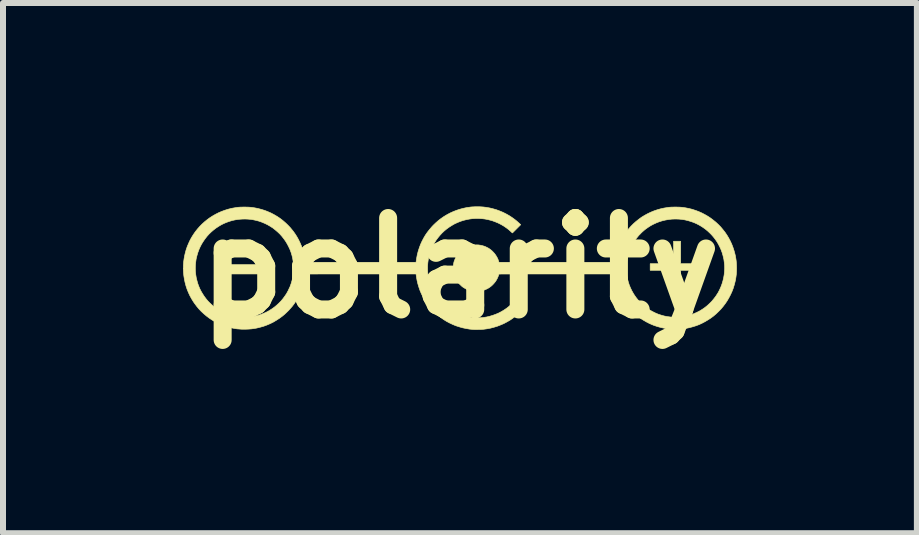
<source format=kicad_pcb>
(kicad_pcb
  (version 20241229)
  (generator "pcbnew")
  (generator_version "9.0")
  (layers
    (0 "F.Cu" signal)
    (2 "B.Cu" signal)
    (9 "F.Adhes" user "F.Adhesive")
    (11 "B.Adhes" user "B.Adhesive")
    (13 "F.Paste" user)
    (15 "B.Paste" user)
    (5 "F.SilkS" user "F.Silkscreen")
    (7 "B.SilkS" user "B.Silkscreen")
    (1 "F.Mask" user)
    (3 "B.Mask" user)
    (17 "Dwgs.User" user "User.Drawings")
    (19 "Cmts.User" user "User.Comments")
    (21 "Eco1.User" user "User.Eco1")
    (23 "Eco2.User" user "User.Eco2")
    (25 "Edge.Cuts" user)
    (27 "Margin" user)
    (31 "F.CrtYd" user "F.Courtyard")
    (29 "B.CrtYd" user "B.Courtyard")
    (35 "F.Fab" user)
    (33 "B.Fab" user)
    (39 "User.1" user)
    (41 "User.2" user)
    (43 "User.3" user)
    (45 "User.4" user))
  (footprint "polarity"
    (layer "F.Cu")
    (at 4.616 1.418)
    (property "Reference" "polarity" (at 0 0 0) (layer "F.SilkS") (effects (font (size 1.524 1.524) (thickness 0.3))))
    (attr through_hole)
    (fp_poly (pts (xy -3.331 0.098) (xy -3.869 0.098) (xy -3.869 -0.058) (xy -3.331 -0.058) (xy -3.331 0.098)) (stroke (width 0.01) (type solid)) (fill yes) (layer "F.SilkS"))
    (fp_poly (pts (xy 3.678 -0.073) (xy 4.067 -0.073) (xy 4.067 0.037) (xy 3.678 0.037) (xy 3.678 0.411) (xy 3.559 0.411) (xy 3.559 0.037) (xy 3.17 0.037) (xy 3.17 -0.073) (xy 3.559 -0.073) (xy 3.559 -0.447) (xy 3.678 -0.447) (xy 3.678 -0.073)) (stroke (width 0.01) (type solid)) (fill yes) (layer "F.SilkS"))
    (fp_poly (pts (xy 3.615 -1.017) (xy 3.636 -1.016) (xy 3.654 -1.016) (xy 3.671 -1.015) (xy 3.687 -1.014) (xy 3.703 -1.012) (xy 3.718 -1.011) (xy 3.735 -1.008) (xy 3.753 -1.005) (xy 3.756 -1.005) (xy 3.813 -0.994) (xy 3.869 -0.98) (xy 3.924 -0.962) (xy 3.978 -0.942) (xy 4.03 -0.919) (xy 4.08 -0.893) (xy 4.129 -0.865) (xy 4.176 -0.834) (xy 4.221 -0.8) (xy 4.265 -0.764) (xy 4.306 -0.726) (xy 4.345 -0.686) (xy 4.381 -0.643) (xy 4.416 -0.599) (xy 4.448 -0.552) (xy 4.477 -0.504) (xy 4.504 -0.453) (xy 4.528 -0.402) (xy 4.549 -0.348) (xy 4.567 -0.293) (xy 4.58 -0.246) (xy 4.59 -0.205) (xy 4.597 -0.165) (xy 4.603 -0.125) (xy 4.607 -0.084) (xy 4.609 -0.042) (xy 4.61 0.001) (xy 4.609 0.051) (xy 4.606 0.1) (xy 4.6 0.147) (xy 4.593 0.193) (xy 4.582 0.24) (xy 4.57 0.285) (xy 4.553 0.34) (xy 4.532 0.394) (xy 4.508 0.446) (xy 4.481 0.497) (xy 4.452 0.547) (xy 4.42 0.594) (xy 4.385 0.64) (xy 4.348 0.684) (xy 4.308 0.725) (xy 4.266 0.765) (xy 4.222 0.802) (xy 4.176 0.836) (xy 4.139 0.86) (xy 4.089 0.89) (xy 4.038 0.917) (xy 3.987 0.941) (xy 3.934 0.961) (xy 3.879 0.978) (xy 3.824 0.993) (xy 3.766 1.005) (xy 3.707 1.013) (xy 3.691 1.015) (xy 3.683 1.016) (xy 3.673 1.016) (xy 3.661 1.017) (xy 3.647 1.017) (xy 3.632 1.018) (xy 3.616 1.018) (xy 3.6 1.019) (xy 3.584 1.019) (xy 3.569 1.019) (xy 3.555 1.019) (xy 3.544 1.019) (xy 3.535 1.019) (xy 3.53 1.018) (xy 3.476 1.013) (xy 3.424 1.006) (xy 3.374 0.996) (xy 3.325 0.984) (xy 3.277 0.97) (xy 3.23 0.954) (xy 3.215 0.948) (xy 3.161 0.925) (xy 3.11 0.899) (xy 3.06 0.87) (xy 3.011 0.839) (xy 2.965 0.804) (xy 2.921 0.768) (xy 2.878 0.729) (xy 2.838 0.687) (xy 2.801 0.643) (xy 2.766 0.598) (xy 2.733 0.55) (xy 2.703 0.5) (xy 2.683 0.462) (xy 2.66 0.414) (xy 2.64 0.365) (xy 2.622 0.317) (xy 2.608 0.267) (xy 2.595 0.216) (xy 2.586 0.163) (xy 2.579 0.115) (xy 2.577 0.098) (xy 1.613 0.098) (xy 1.543 0.098) (xy 1.476 0.098) (xy 1.411 0.098) (xy 1.351 0.098) (xy 1.293 0.098) (xy 1.238 0.098) (xy 1.186 0.098) (xy 1.137 0.098) (xy 1.091 0.098) (xy 1.048 0.098) (xy 1.007 0.098) (xy 0.969 0.098) (xy 0.934 0.098) (xy 0.901 0.099) (xy 0.87 0.099) (xy 0.842 0.099) (xy 0.816 0.099) (xy 0.792 0.099) (xy 0.771 0.099) (xy 0.751 0.099) (xy 0.733 0.099) (xy 0.718 0.099) (xy 0.704 0.099) (xy 0.691 0.099) (xy 0.681 0.099) (xy 0.672 0.1) (xy 0.665 0.1) (xy 0.659 0.1) (xy 0.655 0.1) (xy 0.652 0.1) (xy 0.65 0.1) (xy 0.65 0.1) (xy 0.638 0.135) (xy 0.624 0.168) (xy 0.608 0.198) (xy 0.59 0.226) (xy 0.568 0.253) (xy 0.548 0.275) (xy 0.527 0.295) (xy 0.506 0.312) (xy 0.483 0.328) (xy 0.459 0.342) (xy 0.447 0.348) (xy 0.415 0.362) (xy 0.382 0.374) (xy 0.347 0.382) (xy 0.313 0.387) (xy 0.278 0.389) (xy 0.243 0.387) (xy 0.208 0.383) (xy 0.174 0.376) (xy 0.141 0.365) (xy 0.108 0.351) (xy 0.103 0.349) (xy 0.078 0.335) (xy 0.056 0.322) (xy 0.035 0.307) (xy 0.016 0.289) (xy 0.001 0.275) (xy -0.019 0.255) (xy -0.035 0.235) (xy -0.05 0.214) (xy -0.064 0.192) (xy -0.069 0.181) (xy -0.085 0.148) (xy -0.097 0.115) (xy -0.105 0.081) (xy -0.111 0.046) (xy -0.113 0.01) (xy -0.113 -0.004) (xy 2.773 -0.004) (xy 2.773 0.016) (xy 2.774 0.036) (xy 2.774 0.055) (xy 2.775 0.072) (xy 2.776 0.078) (xy 2.783 0.131) (xy 2.793 0.183) (xy 2.806 0.233) (xy 2.822 0.283) (xy 2.842 0.331) (xy 2.864 0.377) (xy 2.89 0.423) (xy 2.907 0.45) (xy 2.937 0.493) (xy 2.97 0.534) (xy 3.005 0.572) (xy 3.042 0.608) (xy 3.081 0.641) (xy 3.122 0.672) (xy 3.165 0.7) (xy 3.21 0.725) (xy 3.256 0.748) (xy 3.303 0.768) (xy 3.352 0.784) (xy 3.402 0.798) (xy 3.453 0.808) (xy 3.505 0.815) (xy 3.529 0.818) (xy 3.539 0.818) (xy 3.552 0.819) (xy 3.567 0.819) (xy 3.583 0.819) (xy 3.599 0.819) (xy 3.615 0.819) (xy 3.63 0.819) (xy 3.643 0.818) (xy 3.651 0.818) (xy 3.703 0.812) (xy 3.755 0.803) (xy 3.805 0.792) (xy 3.855 0.777) (xy 3.903 0.758) (xy 3.95 0.737) (xy 3.995 0.714) (xy 4.039 0.687) (xy 4.081 0.658) (xy 4.121 0.626) (xy 4.159 0.591) (xy 4.196 0.554) (xy 4.229 0.514) (xy 4.261 0.473) (xy 4.276 0.45) (xy 4.304 0.406) (xy 4.328 0.359) (xy 4.349 0.312) (xy 4.367 0.264) (xy 4.382 0.214) (xy 4.394 0.164) (xy 4.403 0.113) (xy 4.408 0.062) (xy 4.411 0.01) (xy 4.41 -0.042) (xy 4.405 -0.094) (xy 4.398 -0.146) (xy 4.395 -0.159) (xy 4.383 -0.21) (xy 4.368 -0.261) (xy 4.35 -0.309) (xy 4.328 -0.357) (xy 4.304 -0.403) (xy 4.277 -0.448) (xy 4.247 -0.49) (xy 4.221 -0.523) (xy 4.192 -0.556) (xy 4.16 -0.588) (xy 4.128 -0.618) (xy 4.094 -0.646) (xy 4.078 -0.658) (xy 4.035 -0.688) (xy 3.99 -0.715) (xy 3.944 -0.739) (xy 3.896 -0.76) (xy 3.847 -0.777) (xy 3.797 -0.792) (xy 3.746 -0.804) (xy 3.693 -0.812) (xy 3.652 -0.816) (xy 3.64 -0.817) (xy 3.625 -0.817) (xy 3.609 -0.818) (xy 3.592 -0.818) (xy 3.575 -0.818) (xy 3.558 -0.817) (xy 3.544 -0.817) (xy 3.532 -0.816) (xy 3.531 -0.816) (xy 3.478 -0.81) (xy 3.426 -0.801) (xy 3.375 -0.789) (xy 3.325 -0.774) (xy 3.276 -0.755) (xy 3.228 -0.733) (xy 3.182 -0.709) (xy 3.138 -0.681) (xy 3.094 -0.65) (xy 3.068 -0.629) (xy 3.057 -0.619) (xy 3.044 -0.608) (xy 3.03 -0.595) (xy 3.016 -0.581) (xy 3.003 -0.567) (xy 2.989 -0.554) (xy 2.978 -0.541) (xy 2.968 -0.53) (xy 2.966 -0.527) (xy 2.932 -0.485) (xy 2.902 -0.441) (xy 2.875 -0.397) (xy 2.851 -0.35) (xy 2.831 -0.303) (xy 2.813 -0.255) (xy 2.799 -0.204) (xy 2.787 -0.153) (xy 2.779 -0.1) (xy 2.776 -0.077) (xy 2.775 -0.062) (xy 2.774 -0.044) (xy 2.773 -0.025) (xy 2.773 -0.004) (xy -0.113 -0.004) (xy -0.113 -0.012) (xy -0.111 -0.044) (xy -0.106 -0.074) (xy -0.1 -0.103) (xy -0.09 -0.131) (xy -0.078 -0.16) (xy -0.074 -0.17) (xy -0.061 -0.195) (xy -0.047 -0.217) (xy -0.031 -0.239) (xy -0.013 -0.259) (xy -0.001 -0.272) (xy 0.019 -0.291) (xy 0.038 -0.307) (xy 0.058 -0.321) (xy 0.08 -0.335) (xy 0.103 -0.347) (xy 0.135 -0.361) (xy 0.168 -0.372) (xy 0.202 -0.38) (xy 0.237 -0.385) (xy 0.272 -0.387) (xy 0.307 -0.386) (xy 0.342 -0.381) (xy 0.377 -0.373) (xy 0.41 -0.363) (xy 0.413 -0.362) (xy 0.445 -0.347) (xy 0.476 -0.331) (xy 0.505 -0.311) (xy 0.532 -0.289) (xy 0.557 -0.264) (xy 0.58 -0.238) (xy 0.6 -0.209) (xy 0.618 -0.179) (xy 0.633 -0.148) (xy 0.644 -0.115) (xy 0.645 -0.113) (xy 0.65 -0.097) (xy 2.577 -0.097) (xy 2.579 -0.113) (xy 2.588 -0.173) (xy 2.599 -0.231) (xy 2.614 -0.287) (xy 2.632 -0.342) (xy 2.653 -0.396) (xy 2.677 -0.448) (xy 2.703 -0.499) (xy 2.733 -0.549) (xy 2.741 -0.56) (xy 2.775 -0.608) (xy 2.811 -0.654) (xy 2.85 -0.698) (xy 2.891 -0.739) (xy 2.934 -0.777) (xy 2.979 -0.813) (xy 3.025 -0.847) (xy 3.074 -0.877) (xy 3.125 -0.905) (xy 3.177 -0.93) (xy 3.23 -0.952) (xy 3.285 -0.971) (xy 3.341 -0.987) (xy 3.399 -1) (xy 3.424 -1.004) (xy 3.443 -1.007) (xy 3.46 -1.01) (xy 3.476 -1.012) (xy 3.492 -1.014) (xy 3.508 -1.015) (xy 3.524 -1.016) (xy 3.543 -1.016) (xy 3.563 -1.017) (xy 3.586 -1.017) (xy 3.592 -1.017) (xy 3.615 -1.017)) (stroke (width 0.01) (type solid)) (fill yes) (layer "F.SilkS"))
    (fp_poly (pts (xy 0.31 -1.022) (xy 0.329 -1.022) (xy 0.347 -1.021) (xy 0.363 -1.02) (xy 0.378 -1.019) (xy 0.393 -1.018) (xy 0.408 -1.016) (xy 0.425 -1.014) (xy 0.439 -1.012) (xy 0.496 -1.002) (xy 0.553 -0.988) (xy 0.608 -0.972) (xy 0.662 -0.952) (xy 0.715 -0.93) (xy 0.767 -0.904) (xy 0.817 -0.876) (xy 0.865 -0.845) (xy 0.912 -0.811) (xy 0.933 -0.794) (xy 0.942 -0.787) (xy 0.952 -0.778) (xy 0.963 -0.769) (xy 0.973 -0.759) (xy 0.984 -0.75) (xy 0.992 -0.742) (xy 1 -0.735) (xy 1.003 -0.732) (xy 1.012 -0.723) (xy 0.874 -0.585) (xy 0.852 -0.605) (xy 0.812 -0.641) (xy 0.77 -0.673) (xy 0.727 -0.702) (xy 0.682 -0.728) (xy 0.636 -0.751) (xy 0.588 -0.771) (xy 0.539 -0.789) (xy 0.518 -0.795) (xy 0.467 -0.808) (xy 0.416 -0.818) (xy 0.364 -0.824) (xy 0.312 -0.827) (xy 0.26 -0.827) (xy 0.208 -0.824) (xy 0.156 -0.817) (xy 0.105 -0.807) (xy 0.054 -0.794) (xy 0.005 -0.778) (xy -0.042 -0.759) (xy -0.09 -0.737) (xy -0.135 -0.711) (xy -0.179 -0.683) (xy -0.221 -0.653) (xy -0.261 -0.62) (xy -0.299 -0.584) (xy -0.334 -0.546) (xy -0.367 -0.506) (xy -0.398 -0.464) (xy -0.425 -0.421) (xy -0.451 -0.375) (xy -0.473 -0.328) (xy -0.489 -0.289) (xy -0.505 -0.239) (xy -0.519 -0.189) (xy -0.529 -0.138) (xy -0.536 -0.086) (xy -0.54 -0.034) (xy -0.54 0.018) (xy -0.538 0.07) (xy -0.532 0.122) (xy -0.527 0.149) (xy -0.516 0.2) (xy -0.502 0.25) (xy -0.485 0.299) (xy -0.465 0.347) (xy -0.442 0.393) (xy -0.416 0.437) (xy -0.388 0.48) (xy -0.357 0.521) (xy -0.324 0.56) (xy -0.288 0.596) (xy -0.25 0.631) (xy -0.21 0.663) (xy -0.168 0.693) (xy -0.123 0.72) (xy -0.077 0.745) (xy -0.042 0.761) (xy 0.006 0.78) (xy 0.056 0.796) (xy 0.106 0.809) (xy 0.158 0.819) (xy 0.209 0.825) (xy 0.262 0.829) (xy 0.314 0.829) (xy 0.366 0.826) (xy 0.391 0.823) (xy 0.444 0.815) (xy 0.495 0.803) (xy 0.545 0.788) (xy 0.595 0.77) (xy 0.643 0.75) (xy 0.689 0.726) (xy 0.734 0.699) (xy 0.778 0.669) (xy 0.796 0.655) (xy 0.806 0.647) (xy 0.816 0.639) (xy 0.825 0.631) (xy 0.835 0.623) (xy 0.846 0.613) (xy 0.855 0.605) (xy 0.874 0.587) (xy 1.012 0.725) (xy 1.003 0.733) (xy 0.999 0.737) (xy 0.993 0.743) (xy 0.986 0.75) (xy 0.978 0.757) (xy 0.973 0.762) (xy 0.927 0.8) (xy 0.88 0.836) (xy 0.832 0.869) (xy 0.781 0.898) (xy 0.73 0.925) (xy 0.676 0.948) (xy 0.622 0.969) (xy 0.566 0.986) (xy 0.509 1.001) (xy 0.451 1.012) (xy 0.391 1.02) (xy 0.384 1.02) (xy 0.374 1.021) (xy 0.361 1.022) (xy 0.346 1.023) (xy 0.329 1.023) (xy 0.311 1.023) (xy 0.294 1.024) (xy 0.276 1.024) (xy 0.259 1.024) (xy 0.244 1.024) (xy 0.231 1.023) (xy 0.22 1.023) (xy 0.219 1.023) (xy 0.159 1.017) (xy 0.101 1.007) (xy 0.043 0.995) (xy -0.013 0.979) (xy -0.069 0.961) (xy -0.122 0.939) (xy -0.175 0.914) (xy -0.226 0.887) (xy -0.275 0.856) (xy -0.322 0.823) (xy -0.368 0.787) (xy -0.412 0.748) (xy -0.443 0.718) (xy -0.483 0.674) (xy -0.521 0.629) (xy -0.556 0.582) (xy -0.587 0.533) (xy -0.616 0.482) (xy -0.642 0.43) (xy -0.665 0.377) (xy -0.684 0.322) (xy -0.701 0.266) (xy -0.715 0.208) (xy -0.725 0.149) (xy -0.731 0.108) (xy -0.732 0.098) (xy -1.655 0.098) (xy -1.722 0.098) (xy -1.786 0.098) (xy -1.847 0.098) (xy -1.905 0.098) (xy -1.959 0.098) (xy -2.011 0.098) (xy -2.06 0.098) (xy -2.106 0.098) (xy -2.149 0.098) (xy -2.19 0.098) (xy -2.228 0.098) (xy -2.263 0.098) (xy -2.296 0.098) (xy -2.327 0.098) (xy -2.355 0.098) (xy -2.382 0.099) (xy -2.406 0.099) (xy -2.428 0.099) (xy -2.448 0.099) (xy -2.467 0.099) (xy -2.484 0.099) (xy -2.499 0.099) (xy -2.512 0.099) (xy -2.524 0.099) (xy -2.534 0.099) (xy -2.543 0.099) (xy -2.551 0.099) (xy -2.558 0.1) (xy -2.563 0.1) (xy -2.568 0.1) (xy -2.571 0.1) (xy -2.574 0.1) (xy -2.576 0.1) (xy -2.577 0.1) (xy -2.577 0.101) (xy -2.577 0.101) (xy -2.578 0.104) (xy -2.578 0.11) (xy -2.579 0.118) (xy -2.581 0.128) (xy -2.582 0.139) (xy -2.584 0.151) (xy -2.586 0.162) (xy -2.587 0.173) (xy -2.589 0.182) (xy -2.59 0.189) (xy -2.601 0.24) (xy -2.615 0.292) (xy -2.632 0.343) (xy -2.652 0.394) (xy -2.674 0.444) (xy -2.699 0.492) (xy -2.726 0.539) (xy -2.756 0.584) (xy -2.764 0.596) (xy -2.792 0.633) (xy -2.823 0.669) (xy -2.855 0.705) (xy -2.889 0.738) (xy -2.923 0.77) (xy -2.958 0.799) (xy -2.962 0.802) (xy -3.009 0.837) (xy -3.059 0.869) (xy -3.109 0.899) (xy -3.161 0.925) (xy -3.215 0.948) (xy -3.269 0.968) (xy -3.324 0.984) (xy -3.381 0.998) (xy -3.39 1) (xy -3.418 1.005) (xy -3.445 1.009) (xy -3.471 1.013) (xy -3.497 1.015) (xy -3.524 1.017) (xy -3.553 1.018) (xy -3.573 1.019) (xy -3.605 1.019) (xy -3.634 1.019) (xy -3.661 1.017) (xy -3.688 1.015) (xy -3.715 1.013) (xy -3.742 1.009) (xy -3.756 1.007) (xy -3.813 0.995) (xy -3.87 0.981) (xy -3.925 0.964) (xy -3.979 0.943) (xy -4.032 0.92) (xy -4.083 0.894) (xy -4.132 0.865) (xy -4.18 0.833) (xy -4.226 0.798) (xy -4.27 0.761) (xy -4.312 0.722) (xy -4.352 0.68) (xy -4.389 0.635) (xy -4.424 0.588) (xy -4.444 0.559) (xy -4.474 0.51) (xy -4.502 0.459) (xy -4.526 0.407) (xy -4.548 0.353) (xy -4.566 0.299) (xy -4.581 0.243) (xy -4.593 0.187) (xy -4.602 0.13) (xy -4.608 0.073) (xy -4.611 0.015) (xy -4.61 0.002) (xy -4.411 0.002) (xy -4.409 0.054) (xy -4.404 0.105) (xy -4.396 0.157) (xy -4.384 0.207) (xy -4.37 0.257) (xy -4.356 0.296) (xy -4.337 0.342) (xy -4.314 0.387) (xy -4.288 0.431) (xy -4.26 0.474) (xy -4.229 0.515) (xy -4.214 0.533) (xy -4.205 0.544) (xy -4.194 0.556) (xy -4.181 0.569) (xy -4.168 0.582) (xy -4.154 0.595) (xy -4.141 0.608) (xy -4.128 0.619) (xy -4.117 0.629) (xy -4.115 0.631) (xy -4.073 0.663) (xy -4.03 0.693) (xy -3.985 0.719) (xy -3.939 0.743) (xy -3.891 0.763) (xy -3.842 0.781) (xy -3.792 0.795) (xy -3.741 0.806) (xy -3.69 0.814) (xy -3.654 0.818) (xy -3.644 0.818) (xy -3.63 0.819) (xy -3.615 0.819) (xy -3.599 0.819) (xy -3.583 0.819) (xy -3.567 0.819) (xy -3.553 0.819) (xy -3.54 0.818) (xy -3.532 0.818) (xy -3.479 0.812) (xy -3.428 0.803) (xy -3.378 0.792) (xy -3.328 0.777) (xy -3.28 0.758) (xy -3.232 0.737) (xy -3.23 0.736) (xy -3.183 0.711) (xy -3.139 0.683) (xy -3.096 0.653) (xy -3.056 0.62) (xy -3.018 0.585) (xy -2.981 0.547) (xy -2.947 0.506) (xy -2.916 0.463) (xy -2.894 0.431) (xy -2.887 0.419) (xy -2.879 0.404) (xy -2.87 0.388) (xy -2.861 0.371) (xy -2.853 0.353) (xy -2.845 0.336) (xy -2.837 0.32) (xy -2.831 0.306) (xy -2.829 0.301) (xy -2.812 0.252) (xy -2.798 0.203) (xy -2.787 0.152) (xy -2.78 0.11) (xy -2.775 0.066) (xy -2.773 0.021) (xy -2.773 -0.025) (xy -2.776 -0.07) (xy -2.78 -0.108) (xy -2.788 -0.16) (xy -2.8 -0.211) (xy -2.815 -0.261) (xy -2.833 -0.309) (xy -2.855 -0.356) (xy -2.879 -0.402) (xy -2.906 -0.447) (xy -2.936 -0.489) (xy -2.968 -0.53) (xy -3.002 -0.568) (xy -3.04 -0.604) (xy -3.08 -0.638) (xy -3.121 -0.67) (xy -3.165 -0.698) (xy -3.21 -0.724) (xy -3.256 -0.746) (xy -3.304 -0.766) (xy -3.353 -0.783) (xy -3.403 -0.796) (xy -3.454 -0.807) (xy -3.489 -0.812) (xy -3.534 -0.816) (xy -3.58 -0.818) (xy -3.626 -0.817) (xy -3.671 -0.814) (xy -3.694 -0.812) (xy -3.745 -0.804) (xy -3.796 -0.793) (xy -3.845 -0.778) (xy -3.893 -0.761) (xy -3.94 -0.741) (xy -3.985 -0.718) (xy -4.028 -0.692) (xy -4.07 -0.664) (xy -4.11 -0.633) (xy -4.148 -0.6) (xy -4.184 -0.565) (xy -4.218 -0.527) (xy -4.249 -0.487) (xy -4.278 -0.445) (xy -4.305 -0.402) (xy -4.329 -0.356) (xy -4.35 -0.309) (xy -4.368 -0.26) (xy -4.371 -0.251) (xy -4.385 -0.202) (xy -4.397 -0.152) (xy -4.404 -0.101) (xy -4.409 -0.049) (xy -4.411 0.002) (xy -4.61 0.002) (xy -4.61 -0.042) (xy -4.606 -0.1) (xy -4.598 -0.158) (xy -4.592 -0.193) (xy -4.579 -0.25) (xy -4.564 -0.305) (xy -4.545 -0.36) (xy -4.523 -0.412) (xy -4.499 -0.464) (xy -4.472 -0.513) (xy -4.442 -0.561) (xy -4.41 -0.607) (xy -4.375 -0.651) (xy -4.338 -0.693) (xy -4.299 -0.733) (xy -4.258 -0.77) (xy -4.214 -0.806) (xy -4.169 -0.839) (xy -4.122 -0.869) (xy -4.073 -0.897) (xy -4.022 -0.923) (xy -3.97 -0.945) (xy -3.916 -0.965) (xy -3.861 -0.982) (xy -3.805 -0.996) (xy -3.76 -1.004) (xy -3.741 -1.007) (xy -3.724 -1.01) (xy -3.707 -1.012) (xy -3.692 -1.014) (xy -3.676 -1.015) (xy -3.659 -1.016) (xy -3.641 -1.016) (xy -3.621 -1.017) (xy -3.598 -1.017) (xy -3.592 -1.017) (xy -3.568 -1.017) (xy -3.547 -1.016) (xy -3.529 -1.016) (xy -3.512 -1.015) (xy -3.496 -1.014) (xy -3.481 -1.012) (xy -3.465 -1.011) (xy -3.448 -1.008) (xy -3.43 -1.005) (xy -3.427 -1.005) (xy -3.369 -0.994) (xy -3.313 -0.979) (xy -3.257 -0.962) (xy -3.203 -0.941) (xy -3.15 -0.918) (xy -3.099 -0.891) (xy -3.049 -0.862) (xy -3.001 -0.83) (xy -2.955 -0.795) (xy -2.911 -0.757) (xy -2.869 -0.717) (xy -2.829 -0.675) (xy -2.791 -0.629) (xy -2.776 -0.61) (xy -2.745 -0.566) (xy -2.716 -0.52) (xy -2.689 -0.471) (xy -2.665 -0.421) (xy -2.643 -0.37) (xy -2.624 -0.318) (xy -2.608 -0.266) (xy -2.595 -0.214) (xy -2.59 -0.187) (xy -2.589 -0.18) (xy -2.587 -0.17) (xy -2.585 -0.16) (xy -2.584 -0.149) (xy -2.582 -0.137) (xy -2.581 -0.126) (xy -2.579 -0.116) (xy -2.578 -0.108) (xy -2.577 -0.102) (xy -2.577 -0.099) (xy -2.577 -0.099) (xy -2.576 -0.099) (xy -2.575 -0.099) (xy -2.572 -0.098) (xy -2.569 -0.098) (xy -2.565 -0.098) (xy -2.56 -0.098) (xy -2.554 -0.098) (xy -2.546 -0.098) (xy -2.538 -0.098) (xy -2.528 -0.097) (xy -2.516 -0.097) (xy -2.503 -0.097) (xy -2.489 -0.097) (xy -2.473 -0.097) (xy -2.455 -0.097) (xy -2.435 -0.097) (xy -2.414 -0.097) (xy -2.39 -0.097) (xy -2.365 -0.097) (xy -2.337 -0.097) (xy -2.307 -0.097) (xy -2.275 -0.097) (xy -2.24 -0.097) (xy -2.203 -0.097) (xy -2.163 -0.097) (xy -2.121 -0.097) (xy -2.076 -0.097) (xy -2.028 -0.097) (xy -1.977 -0.097) (xy -1.924 -0.097) (xy -1.867 -0.097) (xy -1.807 -0.097) (xy -1.744 -0.097) (xy -1.678 -0.097) (xy -0.732 -0.097) (xy -0.731 -0.106) (xy -0.722 -0.166) (xy -0.711 -0.225) (xy -0.696 -0.282) (xy -0.678 -0.338) (xy -0.658 -0.392) (xy -0.634 -0.445) (xy -0.607 -0.497) (xy -0.578 -0.547) (xy -0.545 -0.595) (xy -0.509 -0.641) (xy -0.471 -0.686) (xy -0.445 -0.714) (xy -0.403 -0.754) (xy -0.359 -0.793) (xy -0.313 -0.828) (xy -0.265 -0.861) (xy -0.215 -0.891) (xy -0.164 -0.918) (xy -0.111 -0.942) (xy -0.057 -0.963) (xy -0.002 -0.981) (xy 0.054 -0.996) (xy 0.111 -1.008) (xy 0.137 -1.012) (xy 0.155 -1.014) (xy 0.171 -1.017) (xy 0.186 -1.018) (xy 0.201 -1.02) (xy 0.216 -1.02) (xy 0.231 -1.021) (xy 0.248 -1.022) (xy 0.267 -1.022) (xy 0.288 -1.022) (xy 0.31 -1.022)) (stroke (width 0.01) (type solid)) (fill yes) (layer "F.SilkS")))
  (gr_rect
    (start -3 -3)
    (end 12.231 5.836)
    (stroke (width 0.1) (type default))
    (fill no)
    (layer "Edge.Cuts")))
</source>
